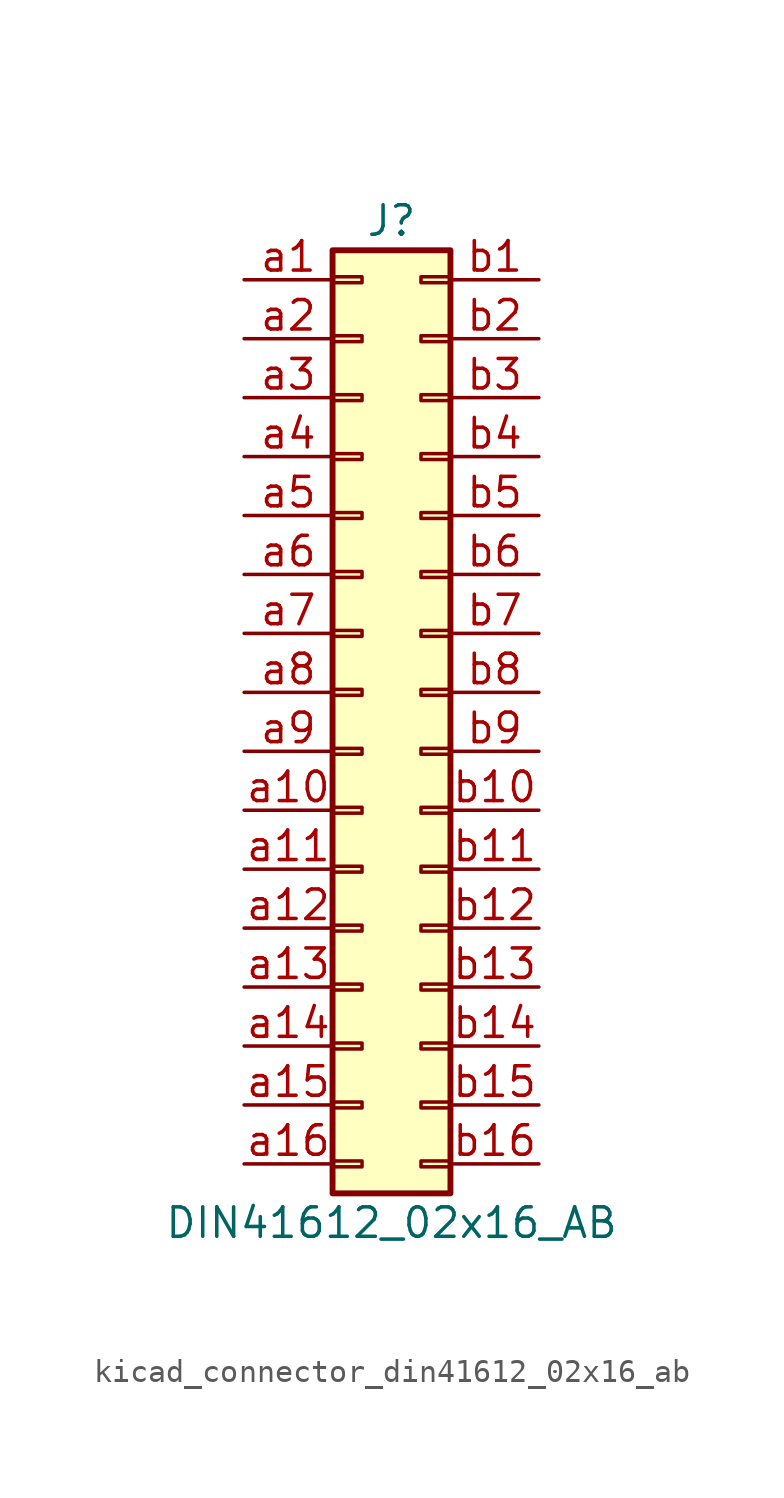
<source format=kicad_sym>
(kicad_symbol_lib
  (version 20220914)
  (generator kicad_symbol_editor)
  (symbol "kicad_connector_din41612_02x16_ab"
    (pin_names
      (offset 1.016) hide)
    (property "Reference" "J"
      (at 1.27 20.32 0)
      (effects (font (size 1.27 1.27))))
    (property "Value" "DIN41612_02x16_AB"
      (at 1.27 -22.86 0)
      (effects (font (size 1.27 1.27))))
    (symbol "kicad_connector_din41612_02x16_ab_1_1"
      (rectangle (start -1.27 -20.193) (end 0 -20.447) (stroke (width 0.152) (type default)) (fill (type none)))
      (rectangle (start -1.27 -17.653) (end 0 -17.907) (stroke (width 0.152) (type default)) (fill (type none)))
      (rectangle (start -1.27 -15.113) (end 0 -15.367) (stroke (width 0.152) (type default)) (fill (type none)))
      (rectangle (start -1.27 -12.573) (end 0 -12.827) (stroke (width 0.152) (type default)) (fill (type none)))
      (rectangle (start -1.27 -10.033) (end 0 -10.287) (stroke (width 0.152) (type default)) (fill (type none)))
      (rectangle (start -1.27 -7.493) (end 0 -7.747) (stroke (width 0.152) (type default)) (fill (type none)))
      (rectangle (start -1.27 -4.953) (end 0 -5.207) (stroke (width 0.152) (type default)) (fill (type none)))
      (rectangle (start -1.27 -2.413) (end 0 -2.667) (stroke (width 0.152) (type default)) (fill (type none)))
      (rectangle (start -1.27 0.127) (end 0 -0.127) (stroke (width 0.152) (type default)) (fill (type none)))
      (rectangle (start -1.27 2.667) (end 0 2.413) (stroke (width 0.152) (type default)) (fill (type none)))
      (rectangle (start -1.27 5.207) (end 0 4.953) (stroke (width 0.152) (type default)) (fill (type none)))
      (rectangle (start -1.27 7.747) (end 0 7.493) (stroke (width 0.152) (type default)) (fill (type none)))
      (rectangle (start -1.27 10.287) (end 0 10.033) (stroke (width 0.152) (type default)) (fill (type none)))
      (rectangle (start -1.27 12.827) (end 0 12.573) (stroke (width 0.152) (type default)) (fill (type none)))
      (rectangle (start -1.27 15.367) (end 0 15.113) (stroke (width 0.152) (type default)) (fill (type none)))
      (rectangle (start -1.27 17.907) (end 0 17.653) (stroke (width 0.152) (type default)) (fill (type none)))
      (rectangle (start -1.27 19.05) (end 3.81 -21.59) (stroke (width 0.254) (type default)) (fill (type background)))
      (rectangle (start 3.81 -20.193) (end 2.54 -20.447) (stroke (width 0.152) (type default)) (fill (type none)))
      (rectangle (start 3.81 -17.653) (end 2.54 -17.907) (stroke (width 0.152) (type default)) (fill (type none)))
      (rectangle (start 3.81 -15.113) (end 2.54 -15.367) (stroke (width 0.152) (type default)) (fill (type none)))
      (rectangle (start 3.81 -12.573) (end 2.54 -12.827) (stroke (width 0.152) (type default)) (fill (type none)))
      (rectangle (start 3.81 -10.033) (end 2.54 -10.287) (stroke (width 0.152) (type default)) (fill (type none)))
      (rectangle (start 3.81 -7.493) (end 2.54 -7.747) (stroke (width 0.152) (type default)) (fill (type none)))
      (rectangle (start 3.81 -4.953) (end 2.54 -5.207) (stroke (width 0.152) (type default)) (fill (type none)))
      (rectangle (start 3.81 -2.413) (end 2.54 -2.667) (stroke (width 0.152) (type default)) (fill (type none)))
      (rectangle (start 3.81 0.127) (end 2.54 -0.127) (stroke (width 0.152) (type default)) (fill (type none)))
      (rectangle (start 3.81 2.667) (end 2.54 2.413) (stroke (width 0.152) (type default)) (fill (type none)))
      (rectangle (start 3.81 5.207) (end 2.54 4.953) (stroke (width 0.152) (type default)) (fill (type none)))
      (rectangle (start 3.81 7.747) (end 2.54 7.493) (stroke (width 0.152) (type default)) (fill (type none)))
      (rectangle (start 3.81 10.287) (end 2.54 10.033) (stroke (width 0.152) (type default)) (fill (type none)))
      (rectangle (start 3.81 12.827) (end 2.54 12.573) (stroke (width 0.152) (type default)) (fill (type none)))
      (rectangle (start 3.81 15.367) (end 2.54 15.113) (stroke (width 0.152) (type default)) (fill (type none)))
      (rectangle (start 3.81 17.907) (end 2.54 17.653) (stroke (width 0.152) (type default)) (fill (type none)))
      (pin passive line (at -5.08 17.78 0) (length 3.81) (name "Pin_a1" (effects (font (size 1.27 1.27)))) (number "a1" (effects (font (size 1.27 1.27)))))
      (pin passive line (at -5.08 -5.08 0) (length 3.81) (name "Pin_a10" (effects (font (size 1.27 1.27)))) (number "a10" (effects (font (size 1.27 1.27)))))
      (pin passive line (at -5.08 -7.62 0) (length 3.81) (name "Pin_a11" (effects (font (size 1.27 1.27)))) (number "a11" (effects (font (size 1.27 1.27)))))
      (pin passive line (at -5.08 -10.16 0) (length 3.81) (name "Pin_a12" (effects (font (size 1.27 1.27)))) (number "a12" (effects (font (size 1.27 1.27)))))
      (pin passive line (at -5.08 -12.7 0) (length 3.81) (name "Pin_a13" (effects (font (size 1.27 1.27)))) (number "a13" (effects (font (size 1.27 1.27)))))
      (pin passive line (at -5.08 -15.24 0) (length 3.81) (name "Pin_a14" (effects (font (size 1.27 1.27)))) (number "a14" (effects (font (size 1.27 1.27)))))
      (pin passive line (at -5.08 -17.78 0) (length 3.81) (name "Pin_a15" (effects (font (size 1.27 1.27)))) (number "a15" (effects (font (size 1.27 1.27)))))
      (pin passive line (at -5.08 -20.32 0) (length 3.81) (name "Pin_a16" (effects (font (size 1.27 1.27)))) (number "a16" (effects (font (size 1.27 1.27)))))
      (pin passive line (at -5.08 15.24 0) (length 3.81) (name "Pin_a2" (effects (font (size 1.27 1.27)))) (number "a2" (effects (font (size 1.27 1.27)))))
      (pin passive line (at -5.08 12.7 0) (length 3.81) (name "Pin_a3" (effects (font (size 1.27 1.27)))) (number "a3" (effects (font (size 1.27 1.27)))))
      (pin passive line (at -5.08 10.16 0) (length 3.81) (name "Pin_a4" (effects (font (size 1.27 1.27)))) (number "a4" (effects (font (size 1.27 1.27)))))
      (pin passive line (at -5.08 7.62 0) (length 3.81) (name "Pin_a5" (effects (font (size 1.27 1.27)))) (number "a5" (effects (font (size 1.27 1.27)))))
      (pin passive line (at -5.08 5.08 0) (length 3.81) (name "Pin_a6" (effects (font (size 1.27 1.27)))) (number "a6" (effects (font (size 1.27 1.27)))))
      (pin passive line (at -5.08 2.54 0) (length 3.81) (name "Pin_a7" (effects (font (size 1.27 1.27)))) (number "a7" (effects (font (size 1.27 1.27)))))
      (pin passive line (at -5.08 0 0) (length 3.81) (name "Pin_a8" (effects (font (size 1.27 1.27)))) (number "a8" (effects (font (size 1.27 1.27)))))
      (pin passive line (at -5.08 -2.54 0) (length 3.81) (name "Pin_a9" (effects (font (size 1.27 1.27)))) (number "a9" (effects (font (size 1.27 1.27)))))
      (pin passive line (at 7.62 17.78 180) (length 3.81) (name "Pin_b1" (effects (font (size 1.27 1.27)))) (number "b1" (effects (font (size 1.27 1.27)))))
      (pin passive line (at 7.62 -5.08 180) (length 3.81) (name "Pin_b10" (effects (font (size 1.27 1.27)))) (number "b10" (effects (font (size 1.27 1.27)))))
      (pin passive line (at 7.62 -7.62 180) (length 3.81) (name "Pin_b11" (effects (font (size 1.27 1.27)))) (number "b11" (effects (font (size 1.27 1.27)))))
      (pin passive line (at 7.62 -10.16 180) (length 3.81) (name "Pin_b12" (effects (font (size 1.27 1.27)))) (number "b12" (effects (font (size 1.27 1.27)))))
      (pin passive line (at 7.62 -12.7 180) (length 3.81) (name "Pin_b13" (effects (font (size 1.27 1.27)))) (number "b13" (effects (font (size 1.27 1.27)))))
      (pin passive line (at 7.62 -15.24 180) (length 3.81) (name "Pin_b14" (effects (font (size 1.27 1.27)))) (number "b14" (effects (font (size 1.27 1.27)))))
      (pin passive line (at 7.62 -17.78 180) (length 3.81) (name "Pin_b15" (effects (font (size 1.27 1.27)))) (number "b15" (effects (font (size 1.27 1.27)))))
      (pin passive line (at 7.62 -20.32 180) (length 3.81) (name "Pin_b16" (effects (font (size 1.27 1.27)))) (number "b16" (effects (font (size 1.27 1.27)))))
      (pin passive line (at 7.62 15.24 180) (length 3.81) (name "Pin_b2" (effects (font (size 1.27 1.27)))) (number "b2" (effects (font (size 1.27 1.27)))))
      (pin passive line (at 7.62 12.7 180) (length 3.81) (name "Pin_b3" (effects (font (size 1.27 1.27)))) (number "b3" (effects (font (size 1.27 1.27)))))
      (pin passive line (at 7.62 10.16 180) (length 3.81) (name "Pin_b4" (effects (font (size 1.27 1.27)))) (number "b4" (effects (font (size 1.27 1.27)))))
      (pin passive line (at 7.62 7.62 180) (length 3.81) (name "Pin_b5" (effects (font (size 1.27 1.27)))) (number "b5" (effects (font (size 1.27 1.27)))))
      (pin passive line (at 7.62 5.08 180) (length 3.81) (name "Pin_b6" (effects (font (size 1.27 1.27)))) (number "b6" (effects (font (size 1.27 1.27)))))
      (pin passive line (at 7.62 2.54 180) (length 3.81) (name "Pin_b7" (effects (font (size 1.27 1.27)))) (number "b7" (effects (font (size 1.27 1.27)))))
      (pin passive line (at 7.62 0 180) (length 3.81) (name "Pin_b8" (effects (font (size 1.27 1.27)))) (number "b8" (effects (font (size 1.27 1.27)))))
      (pin passive line (at 7.62 -2.54 180) (length 3.81) (name "Pin_b9" (effects (font (size 1.27 1.27)))) (number "b9" (effects (font (size 1.27 1.27))))))))
</source>
